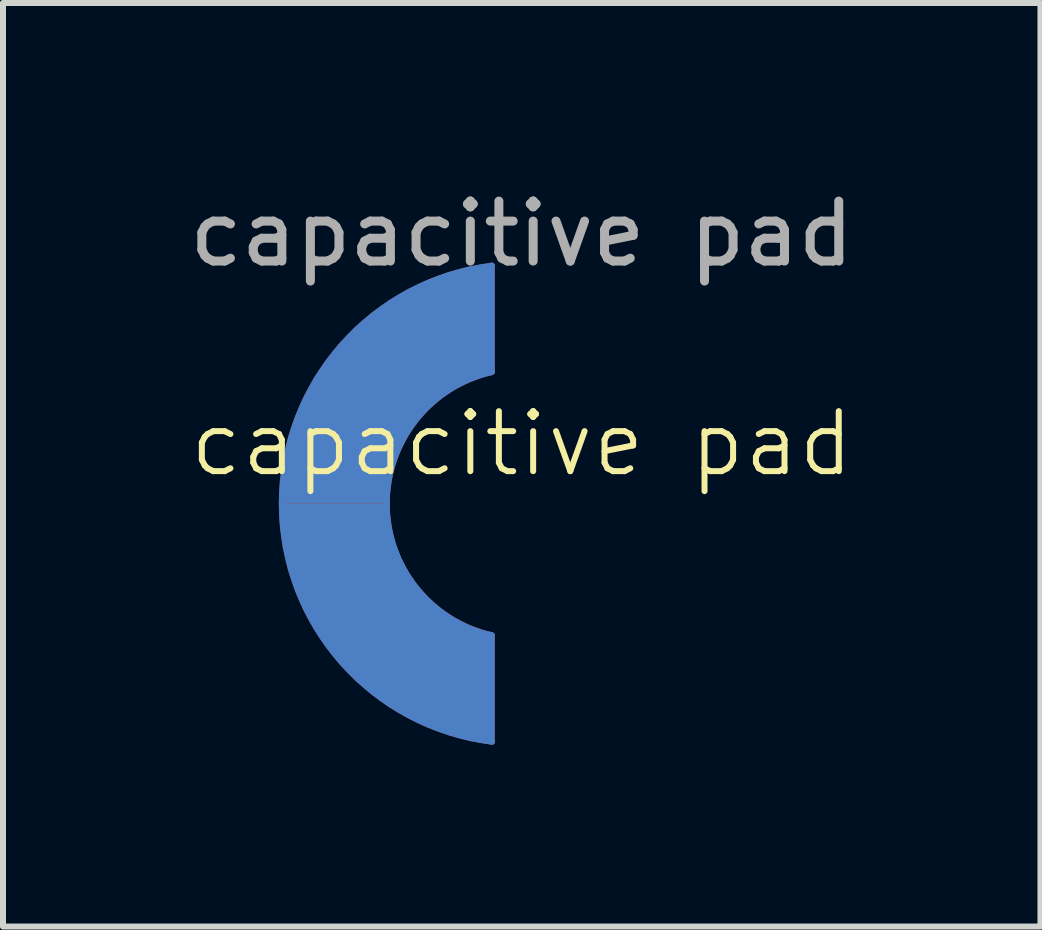
<source format=kicad_pcb>
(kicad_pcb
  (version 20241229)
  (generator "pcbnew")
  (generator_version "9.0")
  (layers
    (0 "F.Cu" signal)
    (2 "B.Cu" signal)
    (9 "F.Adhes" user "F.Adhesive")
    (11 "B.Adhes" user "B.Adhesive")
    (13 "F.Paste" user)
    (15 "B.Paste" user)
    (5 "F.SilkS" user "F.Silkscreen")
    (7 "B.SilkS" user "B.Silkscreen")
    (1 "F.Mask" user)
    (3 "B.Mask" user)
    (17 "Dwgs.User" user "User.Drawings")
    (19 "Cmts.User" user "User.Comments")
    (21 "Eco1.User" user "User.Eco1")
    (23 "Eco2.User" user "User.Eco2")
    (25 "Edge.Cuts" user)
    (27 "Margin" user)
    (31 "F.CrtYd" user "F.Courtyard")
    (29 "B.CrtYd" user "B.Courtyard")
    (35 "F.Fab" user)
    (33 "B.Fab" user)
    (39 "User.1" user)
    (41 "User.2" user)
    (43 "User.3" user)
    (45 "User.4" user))
  (footprint "capacitive pad"
    (layer "F.Cu")
    (at 5.649 5.348)
    (property "Reference" "capacitive pad" (at 0 -1 0) (unlocked yes) (layer "F.SilkS") (effects (font (size 1 1) (thickness 0.1))))
    (attr smd)
    (fp_arc (start -4 0.000001) (mid -2.828426 -2.828425) (end 0 -3.999997) (stroke (width 0.1) (type default)) (layer "F.Mask"))
    (fp_arc (start -2.25 -0.000001) (mid -1.590989 -1.590989) (end 0 -2.249997) (stroke (width 0.1) (type default)) (layer "F.Mask"))
    (fp_arc (start 0 2.249999) (mid -1.590989 1.590991) (end -2.25 0.000003) (stroke (width 0.1) (type default)) (layer "F.Mask"))
    (fp_arc (start 0 3.999999) (mid -2.828426 2.828427) (end -4 0.000001) (stroke (width 0.1) (type default)) (layer "F.Mask"))
    (fp_poly (pts (xy -4 0.000001) (xy -3.888 -0.94) (xy -3.547 -1.849) (xy -2.999 -2.647) (xy -2.255 -3.304) (xy -1.304 -3.782) (xy -0.654 -3.946) (xy 0 -4) (xy -0.000002 -2.25) (xy -0.604 -2.168) (xy -1.188 -1.911) (xy -1.666 -1.512) (xy -2.027 -0.977) (xy -2.19 -0.517) (xy -2.25 0)) (stroke (width 0) (type solid)) (fill yes) (layer "F.Mask"))
    (fp_poly (pts (xy -4 0.000001) (xy -3.888 0.94) (xy -3.547 1.849) (xy -2.999 2.647) (xy -2.255 3.304) (xy -1.304 3.782) (xy -0.654 3.946) (xy 0 4) (xy -0.000002 2.25) (xy -0.604 2.168) (xy -1.188 1.911) (xy -1.666 1.512) (xy -2.027 0.977) (xy -2.19 0.517) (xy -2.25 0.000002)) (stroke (width 0) (type solid)) (fill yes) (layer "F.Mask"))
    (fp_line (start -0.5 -3.969) (end -0.5 -2.194) (stroke (width 0.1) (type solid)) (layer "B.Cu"))
    (fp_line (start -0.5 3.969) (end -0.5 2.194) (stroke (width 0.1) (type solid)) (layer "B.Cu"))
    (fp_arc (start -4 0.000003) (mid -2.998711 -2.647209) (end -0.496134 -3.969109) (stroke (width 0.1) (type solid)) (layer "B.Cu"))
    (fp_arc (start -2.25 0.000003) (mid -1.758906 -1.403119) (end -0.5 -2.193738) (stroke (width 0.1) (type solid)) (layer "B.Cu"))
    (fp_arc (start -0.5 2.193743) (mid -1.758906 1.403123) (end -2.25 0.000002) (stroke (width 0.1) (type solid)) (layer "B.Cu"))
    (fp_arc (start -0.496134 3.969114) (mid -2.998711 2.647214) (end -4 0.000002) (stroke (width 0.1) (type solid)) (layer "B.Cu"))
    (fp_poly (pts (xy -4 0.000002) (xy -3.888 0.94) (xy -3.547 1.849) (xy -2.999 2.647) (xy -2.255 3.304) (xy -1.304 3.782) (xy -0.496 3.969) (xy -0.5 2.194) (xy -1.188 1.911) (xy -1.666 1.512) (xy -2.027 0.977) (xy -2.19 0.517) (xy -2.25 0.000003)) (stroke (width 0) (type solid)) (fill yes) (layer "B.Cu"))
    (fp_poly (pts (xy -4 0.000003) (xy -3.888 -0.94) (xy -3.547 -1.849) (xy -2.999 -2.647) (xy -2.255 -3.304) (xy -1.304 -3.782) (xy -0.496 -3.969) (xy -0.5 -2.194) (xy -1.188 -1.911) (xy -1.666 -1.512) (xy -2.027 -0.977) (xy -2.19 -0.517) (xy -2.25 0.000002)) (stroke (width 0) (type solid)) (fill yes) (layer "B.Cu"))
    (fp_arc (start -4 0) (mid -2.998711 -2.647212) (end -0.496134 -3.969112) (stroke (width 0.1) (type solid)) (layer "B.Mask"))
    (fp_arc (start -4 0.000001) (mid -2.998711 -2.647211) (end -0.496134 -3.969111) (stroke (width 0.1) (type solid)) (layer "B.Mask"))
    (fp_arc (start -4 0.000001) (mid -2.828426 -2.828425) (end 0 -3.999997) (stroke (width 0.1) (type default)) (layer "B.Mask"))
    (fp_arc (start -2.25 -0.000001) (mid -1.590989 -1.590989) (end 0 -2.249997) (stroke (width 0.1) (type default)) (layer "B.Mask"))
    (fp_arc (start -2.25 0) (mid -1.758906 -1.403122) (end -0.5 -2.193741) (stroke (width 0.1) (type solid)) (layer "B.Mask"))
    (fp_arc (start -2.25 0.000001) (mid -1.758906 -1.403121) (end -0.5 -2.19374) (stroke (width 0.1) (type solid)) (layer "B.Mask"))
    (fp_arc (start -0.5 2.193742) (mid -1.758905 1.403122) (end -2.25 0.000001) (stroke (width 0.1) (type solid)) (layer "B.Mask"))
    (fp_arc (start -0.5 2.193743) (mid -1.758907 1.403124) (end -2.25 0.000002) (stroke (width 0.1) (type solid)) (layer "B.Mask"))
    (fp_arc (start -0.496134 3.969113) (mid -2.99871 2.647213) (end -4 0.000001) (stroke (width 0.1) (type solid)) (layer "B.Mask"))
    (fp_arc (start -0.496134 3.969114) (mid -2.998711 2.647214) (end -4 0.000002) (stroke (width 0.1) (type solid)) (layer "B.Mask"))
    (fp_arc (start 0 2.249999) (mid -1.590989 1.590991) (end -2.25 0.000003) (stroke (width 0.1) (type default)) (layer "B.Mask"))
    (fp_arc (start 0 3.999999) (mid -2.828426 2.828427) (end -4 0.000001) (stroke (width 0.1) (type default)) (layer "B.Mask"))
    (fp_poly (pts (xy -4 0.000001) (xy -3.888 -0.94) (xy -3.547 -1.849) (xy -2.999 -2.647) (xy -2.255 -3.304) (xy -1.304 -3.782) (xy -0.654 -3.946) (xy 0 -4) (xy -0.000002 -2.25) (xy -0.604 -2.168) (xy -1.188 -1.911) (xy -1.666 -1.512) (xy -2.027 -0.977) (xy -2.19 -0.517) (xy -2.25 0)) (stroke (width 0) (type solid)) (fill yes) (layer "B.Mask"))
    (fp_poly (pts (xy -4 0.000001) (xy -3.888 0.94) (xy -3.547 1.849) (xy -2.999 2.647) (xy -2.255 3.304) (xy -1.304 3.782) (xy -0.654 3.946) (xy 0 4) (xy -0.000002 2.25) (xy -0.604 2.168) (xy -1.188 1.911) (xy -1.666 1.512) (xy -2.027 0.977) (xy -2.19 0.517) (xy -2.25 0.000002)) (stroke (width 0) (type solid)) (fill yes) (layer "B.Mask"))
    (fp_text user "${REFERENCE}" (at 0 -4.5 0) (unlocked yes) (layer "F.Fab") (effects (font (size 1 1) (thickness 0.15))))
    (pad "1" smd custom (at -3 0) (size 1 1) (layers "F.Cu" "F.Mask" "F.Paste") (options (anchor circle)) (primitives (gr_poly (pts (xy -1 0.000002) (xy -0.888 -0.94) (xy -0.547 -1.849) (xy 0.001 -2.647) (xy 0.745 -3.304) (xy 1.696 -3.782) (xy 2.504 -3.969) (xy 2.5 -2.194) (xy 1.812 -1.911) (xy 1.334 -1.512) (xy 0.973 -0.977) (xy 0.81 -0.517) (xy 0.75 0.000001)) (width 0) (fill yes)) (gr_poly (pts (xy -1 0.000001) (xy -0.888 0.94) (xy -0.547 1.849) (xy 0.001 2.647) (xy 0.745 3.304) (xy 1.696 3.782) (xy 2.504 3.969) (xy 2.5 2.194) (xy 1.812 1.911) (xy 1.334 1.512) (xy 0.973 0.977) (xy 0.81 0.517) (xy 0.75 0.000002)) (width 0) (fill yes)) (gr_arc (start 2.503866 3.969113) (mid 0.001289 2.647213) (end -1 0.000001) (width 0.1)) (gr_arc (start 2.5 2.193742) (mid 1.241094 1.403122) (end 0.75 0.000001) (width 0.1)) (gr_arc (start 0.75 0.000002) (mid 1.241094 -1.40312) (end 2.5 -2.193739) (width 0.1)) (gr_arc (start -1 0.000002) (mid 0.001289 -2.64721) (end 2.503866 -3.96911) (width 0.1)) (gr_line (start 2.5 3.969) (end 2.5 2.194) (width 0.1)) (gr_line (start 2.5 -3.969) (end 2.5 -2.194) (width 0.1)))))
  (gr_rect
    (start -3 -3)
    (end 14.298 12.398)
    (stroke (width 0.1) (type default))
    (fill no)
    (layer "Edge.Cuts")))
</source>
